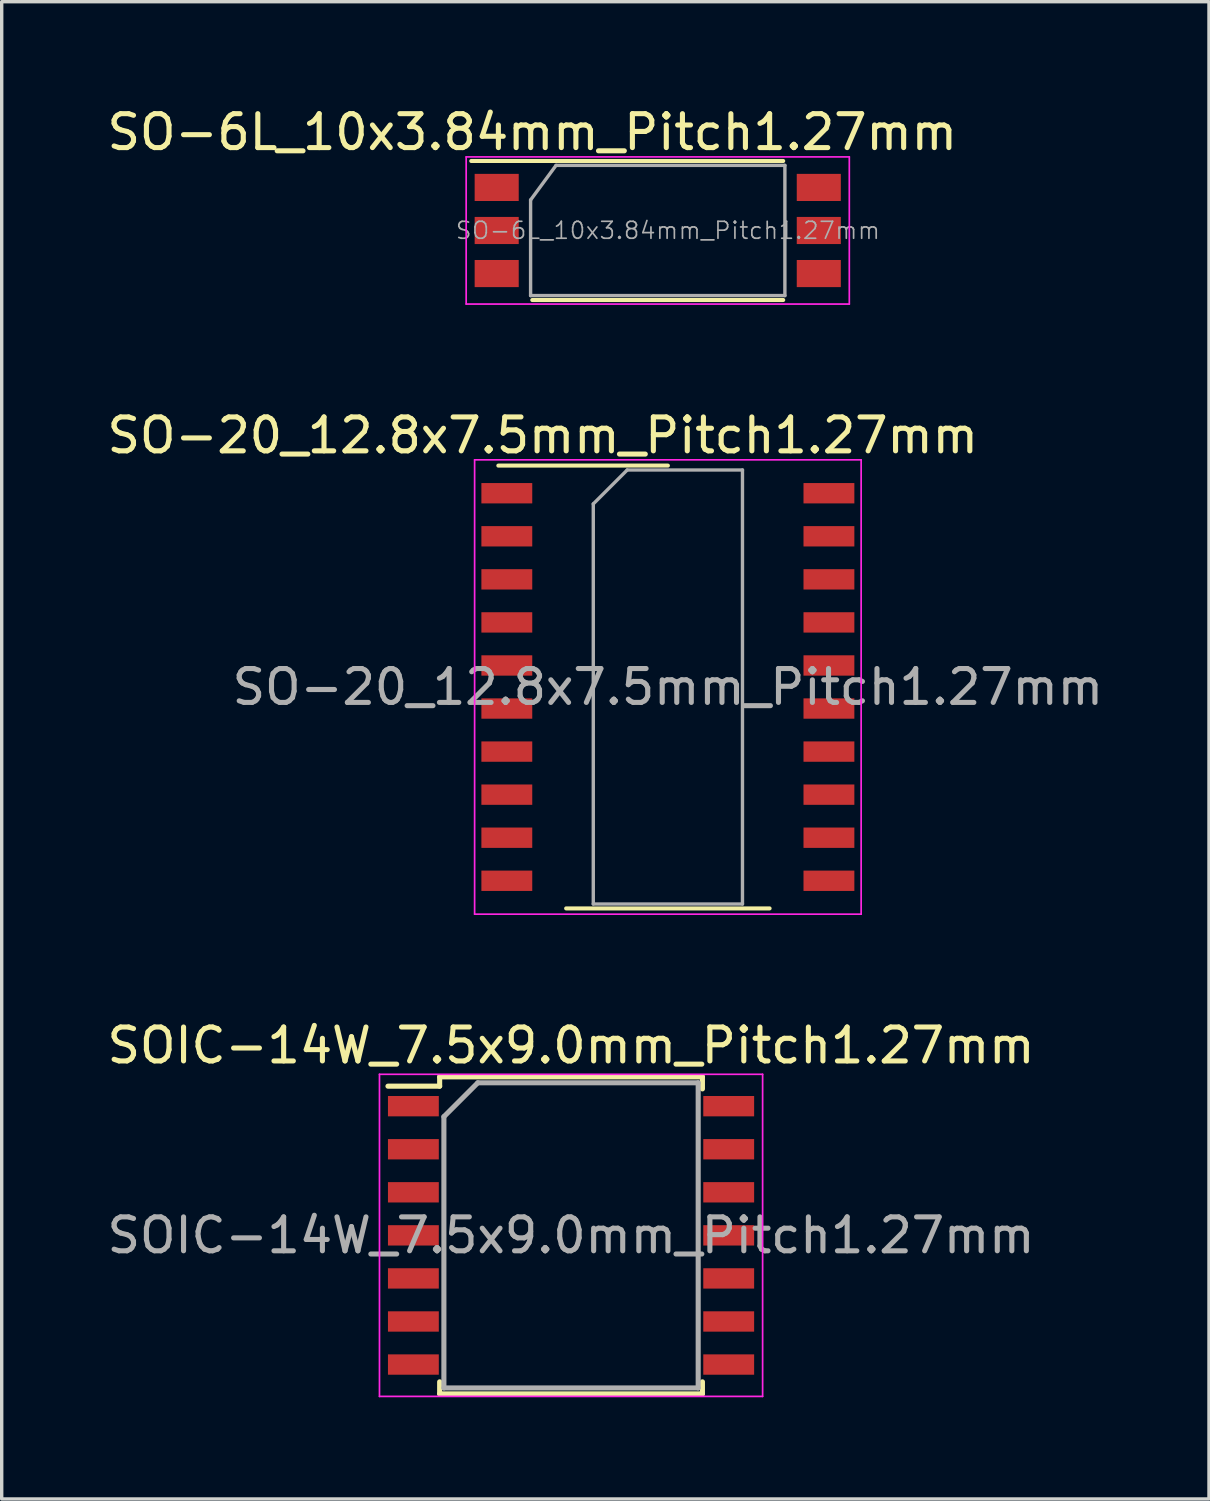
<source format=kicad_pcb>
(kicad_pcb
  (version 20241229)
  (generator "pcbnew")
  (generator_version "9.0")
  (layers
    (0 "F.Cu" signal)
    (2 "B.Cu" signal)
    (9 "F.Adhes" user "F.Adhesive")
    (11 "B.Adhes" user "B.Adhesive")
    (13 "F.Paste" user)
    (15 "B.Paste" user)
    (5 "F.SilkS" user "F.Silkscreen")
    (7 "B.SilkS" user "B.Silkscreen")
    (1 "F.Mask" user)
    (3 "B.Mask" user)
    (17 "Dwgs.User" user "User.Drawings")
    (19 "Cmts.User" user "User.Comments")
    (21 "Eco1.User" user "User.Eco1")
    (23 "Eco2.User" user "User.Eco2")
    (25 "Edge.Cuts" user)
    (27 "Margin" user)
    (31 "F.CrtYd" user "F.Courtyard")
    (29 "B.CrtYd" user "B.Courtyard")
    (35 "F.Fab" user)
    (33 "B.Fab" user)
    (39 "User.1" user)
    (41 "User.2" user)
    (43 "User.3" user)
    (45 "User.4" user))
  (footprint "SO-6L_10x3.84mm_Pitch1.27mm"
    (layer "F.Cu")
    (at 16.349 3.748)
    (property "Reference" "SO-6L_10x3.84mm_Pitch1.27mm" (at -3.7 -2.9 0) (layer "F.SilkS") (effects (font (size 1 1) (thickness 0.15))))
    (attr smd)
    (fp_line (start -5.5 -2.05) (end 3.7 -2.05) (stroke (width 0.12) (type solid)) (layer "F.SilkS"))
    (fp_line (start -3.7 2.05) (end 3.7 2.05) (stroke (width 0.12) (type solid)) (layer "F.SilkS"))
    (fp_line (start -5.65 -2.17) (end -5.65 2.17) (stroke (width 0.05) (type solid)) (layer "F.CrtYd"))
    (fp_line (start -5.65 2.17) (end 5.65 2.17) (stroke (width 0.05) (type solid)) (layer "F.CrtYd"))
    (fp_line (start 5.65 -2.17) (end -5.65 -2.17) (stroke (width 0.05) (type solid)) (layer "F.CrtYd"))
    (fp_line (start 5.65 2.17) (end 5.65 -2.17) (stroke (width 0.05) (type solid)) (layer "F.CrtYd"))
    (fp_line (start -3.75 -0.9) (end -3 -1.92) (stroke (width 0.1) (type solid)) (layer "F.Fab"))
    (fp_line (start -3.75 1.92) (end -3.75 -0.9) (stroke (width 0.1) (type solid)) (layer "F.Fab"))
    (fp_line (start -3.75 1.92) (end 3.75 1.92) (stroke (width 0.1) (type solid)) (layer "F.Fab"))
    (fp_line (start -3 -1.92) (end 3.75 -1.92) (stroke (width 0.1) (type solid)) (layer "F.Fab"))
    (fp_line (start 3.75 1.92) (end 3.75 -1.92) (stroke (width 0.1) (type solid)) (layer "F.Fab"))
    (fp_text user "${REFERENCE}" (at 0.3 0 180) (layer "F.Fab") (effects (font (size 0.5 0.5) (thickness 0.05))))
    (pad "1" smd rect (at -4.75 -1.27 90) (size 0.8 1.3) (layers "F.Cu" "F.Mask" "F.Paste"))
    (pad "2" smd rect (at -4.75 0 90) (size 0.8 1.3) (layers "F.Cu" "F.Mask" "F.Paste"))
    (pad "3" smd rect (at -4.75 1.27 90) (size 0.8 1.3) (layers "F.Cu" "F.Mask" "F.Paste"))
    (pad "4" smd rect (at 4.75 1.27 90) (size 0.8 1.3) (layers "F.Cu" "F.Mask" "F.Paste"))
    (pad "5" smd rect (at 4.75 0 90) (size 0.8 1.3) (layers "F.Cu" "F.Mask" "F.Paste"))
    (pad "6" smd rect (at 4.75 -1.27 90) (size 0.8 1.3) (layers "F.Cu" "F.Mask" "F.Paste")))
  (footprint "SOIC-14W_7.5x9.0mm_Pitch1.27mm"
    (layer "F.Cu")
    (at 13.792 33.385)
    (property "Reference" "SOIC-14W_7.5x9.0mm_Pitch1.27mm" (at 0 -5.6 0) (layer "F.SilkS") (effects (font (size 1 1) (thickness 0.15))))
    (attr smd)
    (fp_line (start -3.875 -4.675) (end -3.875 -4.4) (stroke (width 0.15) (type solid)) (layer "F.SilkS"))
    (fp_line (start -3.875 -4.675) (end 3.875 -4.675) (stroke (width 0.15) (type solid)) (layer "F.SilkS"))
    (fp_line (start -3.875 -4.4) (end -5.4 -4.4) (stroke (width 0.15) (type solid)) (layer "F.SilkS"))
    (fp_line (start -3.875 4.675) (end -3.875 4.32) (stroke (width 0.15) (type solid)) (layer "F.SilkS"))
    (fp_line (start -3.875 4.675) (end 3.875 4.675) (stroke (width 0.15) (type solid)) (layer "F.SilkS"))
    (fp_line (start 3.875 -4.675) (end 3.875 -4.32) (stroke (width 0.15) (type solid)) (layer "F.SilkS"))
    (fp_line (start 3.875 4.675) (end 3.875 4.32) (stroke (width 0.15) (type solid)) (layer "F.SilkS"))
    (fp_line (start -5.65 -4.75) (end -5.65 4.75) (stroke (width 0.05) (type solid)) (layer "F.CrtYd"))
    (fp_line (start -5.65 -4.75) (end 5.65 -4.75) (stroke (width 0.05) (type solid)) (layer "F.CrtYd"))
    (fp_line (start -5.65 4.75) (end 5.65 4.75) (stroke (width 0.05) (type solid)) (layer "F.CrtYd"))
    (fp_line (start 5.65 -4.75) (end 5.65 4.75) (stroke (width 0.05) (type solid)) (layer "F.CrtYd"))
    (fp_line (start -3.75 -3.5) (end -2.75 -4.5) (stroke (width 0.15) (type solid)) (layer "F.Fab"))
    (fp_line (start -3.75 4.5) (end -3.75 -3.5) (stroke (width 0.15) (type solid)) (layer "F.Fab"))
    (fp_line (start -2.75 -4.5) (end 3.75 -4.5) (stroke (width 0.15) (type solid)) (layer "F.Fab"))
    (fp_line (start 3.75 -4.5) (end 3.75 4.5) (stroke (width 0.15) (type solid)) (layer "F.Fab"))
    (fp_line (start 3.75 4.5) (end -3.75 4.5) (stroke (width 0.15) (type solid)) (layer "F.Fab"))
    (fp_text user "${REFERENCE}" (at 0 0 0) (layer "F.Fab") (effects (font (size 1 1) (thickness 0.15))))
    (pad "1" smd rect (at -4.65 -3.81) (size 1.5 0.6) (layers "F.Cu" "F.Mask" "F.Paste"))
    (pad "2" smd rect (at -4.65 -2.54) (size 1.5 0.6) (layers "F.Cu" "F.Mask" "F.Paste"))
    (pad "3" smd rect (at -4.65 -1.27) (size 1.5 0.6) (layers "F.Cu" "F.Mask" "F.Paste"))
    (pad "4" smd rect (at -4.65 0) (size 1.5 0.6) (layers "F.Cu" "F.Mask" "F.Paste"))
    (pad "5" smd rect (at -4.65 1.27) (size 1.5 0.6) (layers "F.Cu" "F.Mask" "F.Paste"))
    (pad "6" smd rect (at -4.65 2.54) (size 1.5 0.6) (layers "F.Cu" "F.Mask" "F.Paste"))
    (pad "7" smd rect (at -4.65 3.81) (size 1.5 0.6) (layers "F.Cu" "F.Mask" "F.Paste"))
    (pad "8" smd rect (at 4.65 3.81) (size 1.5 0.6) (layers "F.Cu" "F.Mask" "F.Paste"))
    (pad "9" smd rect (at 4.65 2.54) (size 1.5 0.6) (layers "F.Cu" "F.Mask" "F.Paste"))
    (pad "10" smd rect (at 4.65 1.27) (size 1.5 0.6) (layers "F.Cu" "F.Mask" "F.Paste"))
    (pad "11" smd rect (at 4.65 0) (size 1.5 0.6) (layers "F.Cu" "F.Mask" "F.Paste"))
    (pad "12" smd rect (at 4.65 -1.27) (size 1.5 0.6) (layers "F.Cu" "F.Mask" "F.Paste"))
    (pad "13" smd rect (at 4.65 -2.54) (size 1.5 0.6) (layers "F.Cu" "F.Mask" "F.Paste"))
    (pad "14" smd rect (at 4.65 -3.81) (size 1.5 0.6) (layers "F.Cu" "F.Mask" "F.Paste")))
  (footprint "SO-20_12.8x7.5mm_Pitch1.27mm"
    (layer "F.Cu")
    (at 16.648 17.212)
    (property "Reference" "SO-20_12.8x7.5mm_Pitch1.27mm" (at -3.69 -7.42 0) (layer "F.SilkS") (effects (font (size 1 1) (thickness 0.15))))
    (attr smd)
    (fp_line (start -5 -6.53) (end 0 -6.53) (stroke (width 0.12) (type solid)) (layer "F.SilkS"))
    (fp_line (start -3 6.53) (end 3 6.53) (stroke (width 0.12) (type solid)) (layer "F.SilkS"))
    (fp_line (start -5.7 -6.7) (end 5.7 -6.7) (stroke (width 0.05) (type solid)) (layer "F.CrtYd"))
    (fp_line (start -5.7 6.7) (end -5.7 -6.7) (stroke (width 0.05) (type solid)) (layer "F.CrtYd"))
    (fp_line (start 5.7 -6.7) (end 5.7 6.7) (stroke (width 0.05) (type solid)) (layer "F.CrtYd"))
    (fp_line (start 5.7 6.7) (end -5.7 6.7) (stroke (width 0.05) (type solid)) (layer "F.CrtYd"))
    (fp_line (start -2.2 -5.4) (end -1.2 -6.4) (stroke (width 0.1) (type solid)) (layer "F.Fab"))
    (fp_line (start -2.2 6.4) (end -2.2 -5.4) (stroke (width 0.1) (type solid)) (layer "F.Fab"))
    (fp_line (start -1.2 -6.4) (end 2.2 -6.4) (stroke (width 0.1) (type solid)) (layer "F.Fab"))
    (fp_line (start 2.2 -6.4) (end 2.2 6.4) (stroke (width 0.1) (type solid)) (layer "F.Fab"))
    (fp_line (start 2.2 6.4) (end -2.2 6.4) (stroke (width 0.1) (type solid)) (layer "F.Fab"))
    (fp_text user "${REFERENCE}" (at 0 0 0) (layer "F.Fab") (effects (font (size 1 1) (thickness 0.15))))
    (pad "1" smd rect (at -4.75 -5.715) (size 1.5 0.6) (layers "F.Cu" "F.Mask" "F.Paste"))
    (pad "2" smd rect (at -4.75 -4.445) (size 1.5 0.6) (layers "F.Cu" "F.Mask" "F.Paste"))
    (pad "3" smd rect (at -4.75 -3.175) (size 1.5 0.6) (layers "F.Cu" "F.Mask" "F.Paste"))
    (pad "4" smd rect (at -4.75 -1.905) (size 1.5 0.6) (layers "F.Cu" "F.Mask" "F.Paste"))
    (pad "5" smd rect (at -4.75 -0.635) (size 1.5 0.6) (layers "F.Cu" "F.Mask" "F.Paste"))
    (pad "6" smd rect (at -4.75 0.635) (size 1.5 0.6) (layers "F.Cu" "F.Mask" "F.Paste"))
    (pad "7" smd rect (at -4.75 1.905) (size 1.5 0.6) (layers "F.Cu" "F.Mask" "F.Paste"))
    (pad "8" smd rect (at -4.75 3.175) (size 1.5 0.6) (layers "F.Cu" "F.Mask" "F.Paste"))
    (pad "9" smd rect (at -4.75 4.445) (size 1.5 0.6) (layers "F.Cu" "F.Mask" "F.Paste"))
    (pad "10" smd rect (at -4.75 5.715) (size 1.5 0.6) (layers "F.Cu" "F.Mask" "F.Paste"))
    (pad "11" smd rect (at 4.75 5.715) (size 1.5 0.6) (layers "F.Cu" "F.Mask" "F.Paste"))
    (pad "12" smd rect (at 4.75 4.445) (size 1.5 0.6) (layers "F.Cu" "F.Mask" "F.Paste"))
    (pad "13" smd rect (at 4.75 3.175) (size 1.5 0.6) (layers "F.Cu" "F.Mask" "F.Paste"))
    (pad "14" smd rect (at 4.75 1.905) (size 1.5 0.6) (layers "F.Cu" "F.Mask" "F.Paste"))
    (pad "15" smd rect (at 4.75 0.635) (size 1.5 0.6) (layers "F.Cu" "F.Mask" "F.Paste"))
    (pad "16" smd rect (at 4.75 -0.635) (size 1.5 0.6) (layers "F.Cu" "F.Mask" "F.Paste"))
    (pad "17" smd rect (at 4.75 -1.905) (size 1.5 0.6) (layers "F.Cu" "F.Mask" "F.Paste"))
    (pad "18" smd rect (at 4.75 -3.175) (size 1.5 0.6) (layers "F.Cu" "F.Mask" "F.Paste"))
    (pad "19" smd rect (at 4.75 -4.445) (size 1.5 0.6) (layers "F.Cu" "F.Mask" "F.Paste"))
    (pad "20" smd rect (at 4.75 -5.715) (size 1.5 0.6) (layers "F.Cu" "F.Mask" "F.Paste")))
  (gr_rect
    (start -3 -3)
    (end 32.607 41.16)
    (stroke (width 0.1) (type default))
    (fill no)
    (layer "Edge.Cuts")))
</source>
